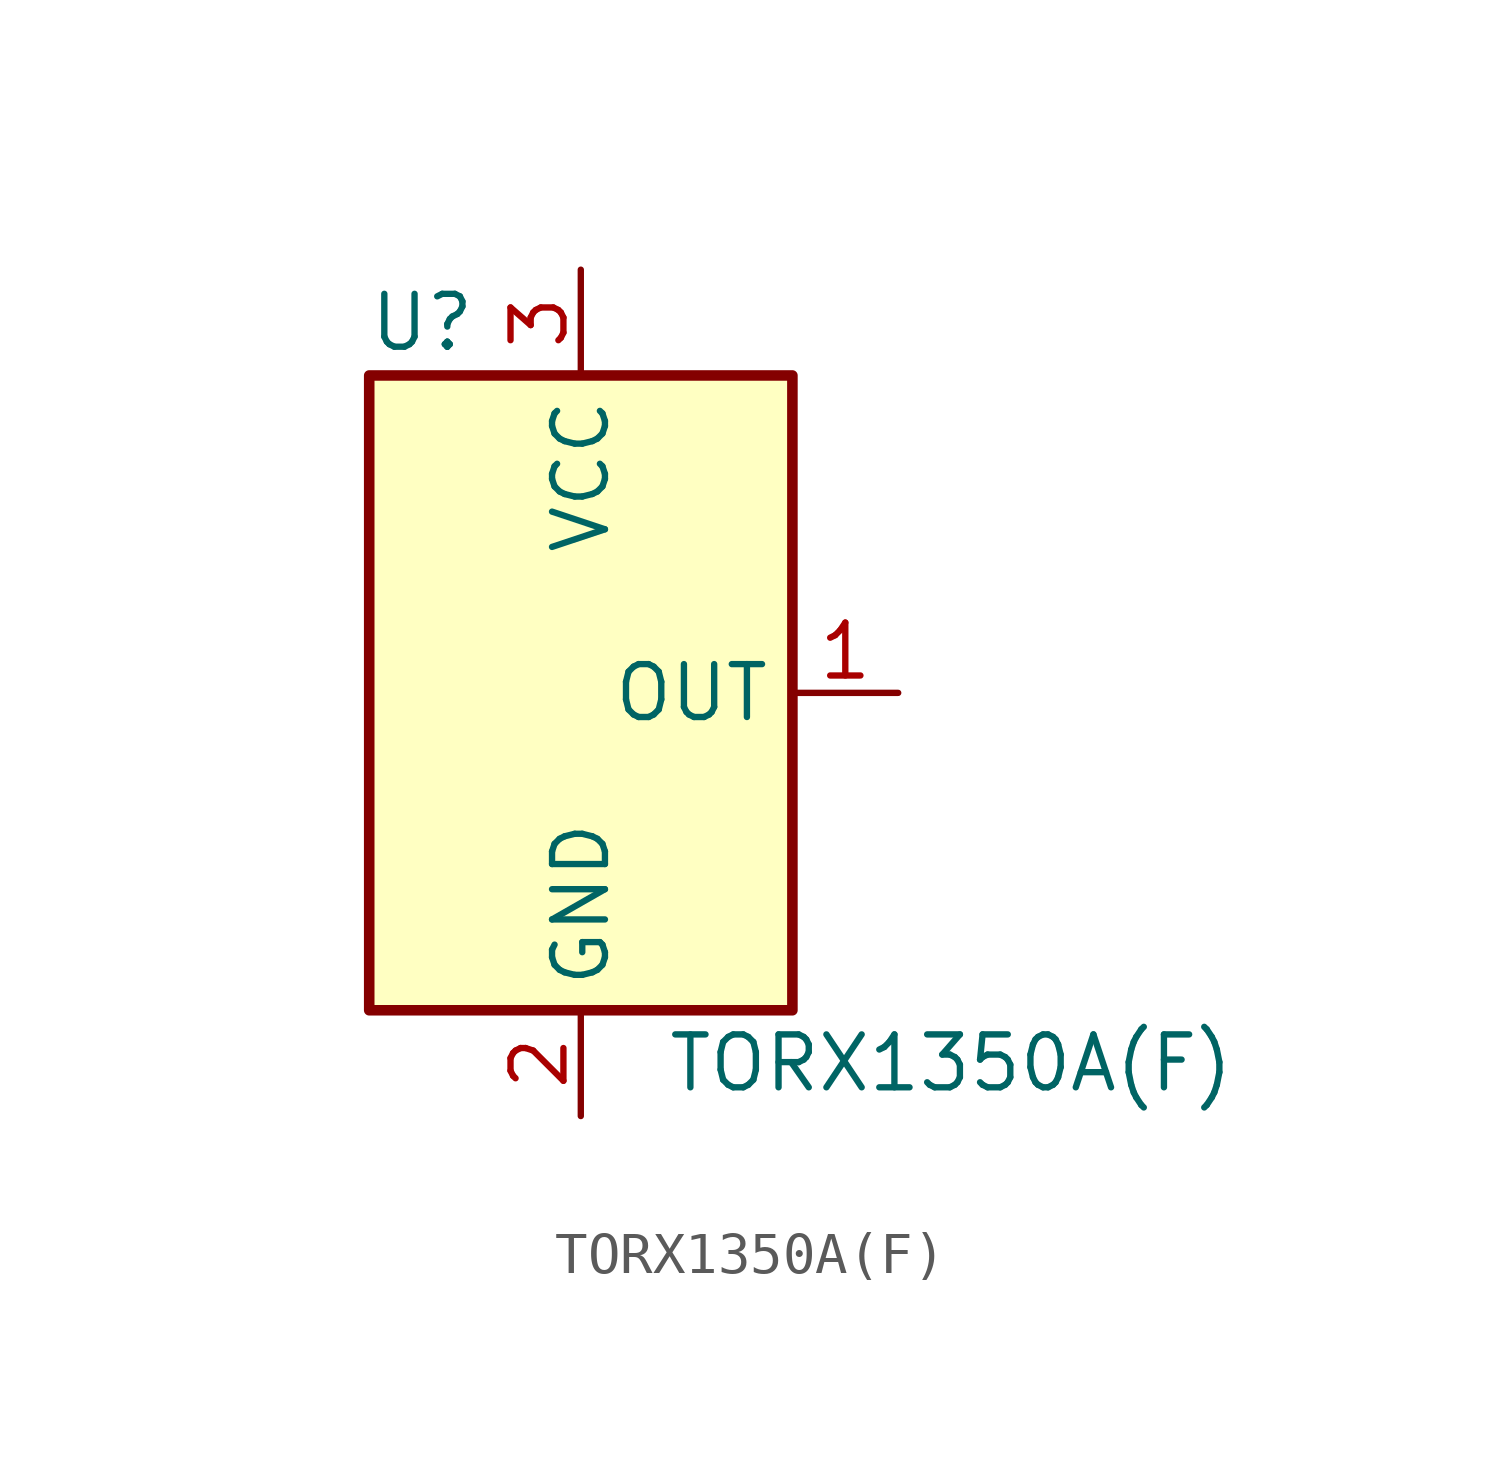
<source format=kicad_sym>
(kicad_symbol_lib
  (version 20220914)
  (generator kicad_symbol_editor)
  (symbol "TORX1350A(F)"
    (property "Reference" "U"
      (at -3.81 8.89 0)
      (effects (font (size 1.27 1.27))))
    (property "Value" "TORX1350A(F)"
      (at 8.89 -8.89 0)
      (effects (font (size 1.27 1.27))))
    (symbol "TORX1350A(F)_0_1"
      (rectangle (start -5.08 7.62) (end 5.08 -7.62) (stroke (width 0.254) (type default)) (fill (type background))))
    (symbol "TORX1350A(F)_1_1"
      (pin output line (at 7.62 0 180) (length 2.54) (name "OUT" (effects (font (size 1.27 1.27)))) (number "1" (effects (font (size 1.27 1.27)))))
      (pin power_in line (at 0 -10.16 90) (length 2.54) (name "GND" (effects (font (size 1.27 1.27)))) (number "2" (effects (font (size 1.27 1.27)))))
      (pin power_in line (at 0 10.16 270) (length 2.54) (name "VCC" (effects (font (size 1.27 1.27)))) (number "3" (effects (font (size 1.27 1.27)))))
      (pin no_connect line (at -7.62 0 0) (length 2.54) hide (name "NC" (effects (font (size 1.27 1.27)))) (number "4" (effects (font (size 1.27 1.27)))))
      (pin no_connect line (at -7.62 -2.54 0) (length 2.54) hide (name "NC" (effects (font (size 1.27 1.27)))) (number "5" (effects (font (size 1.27 1.27))))))))
</source>
